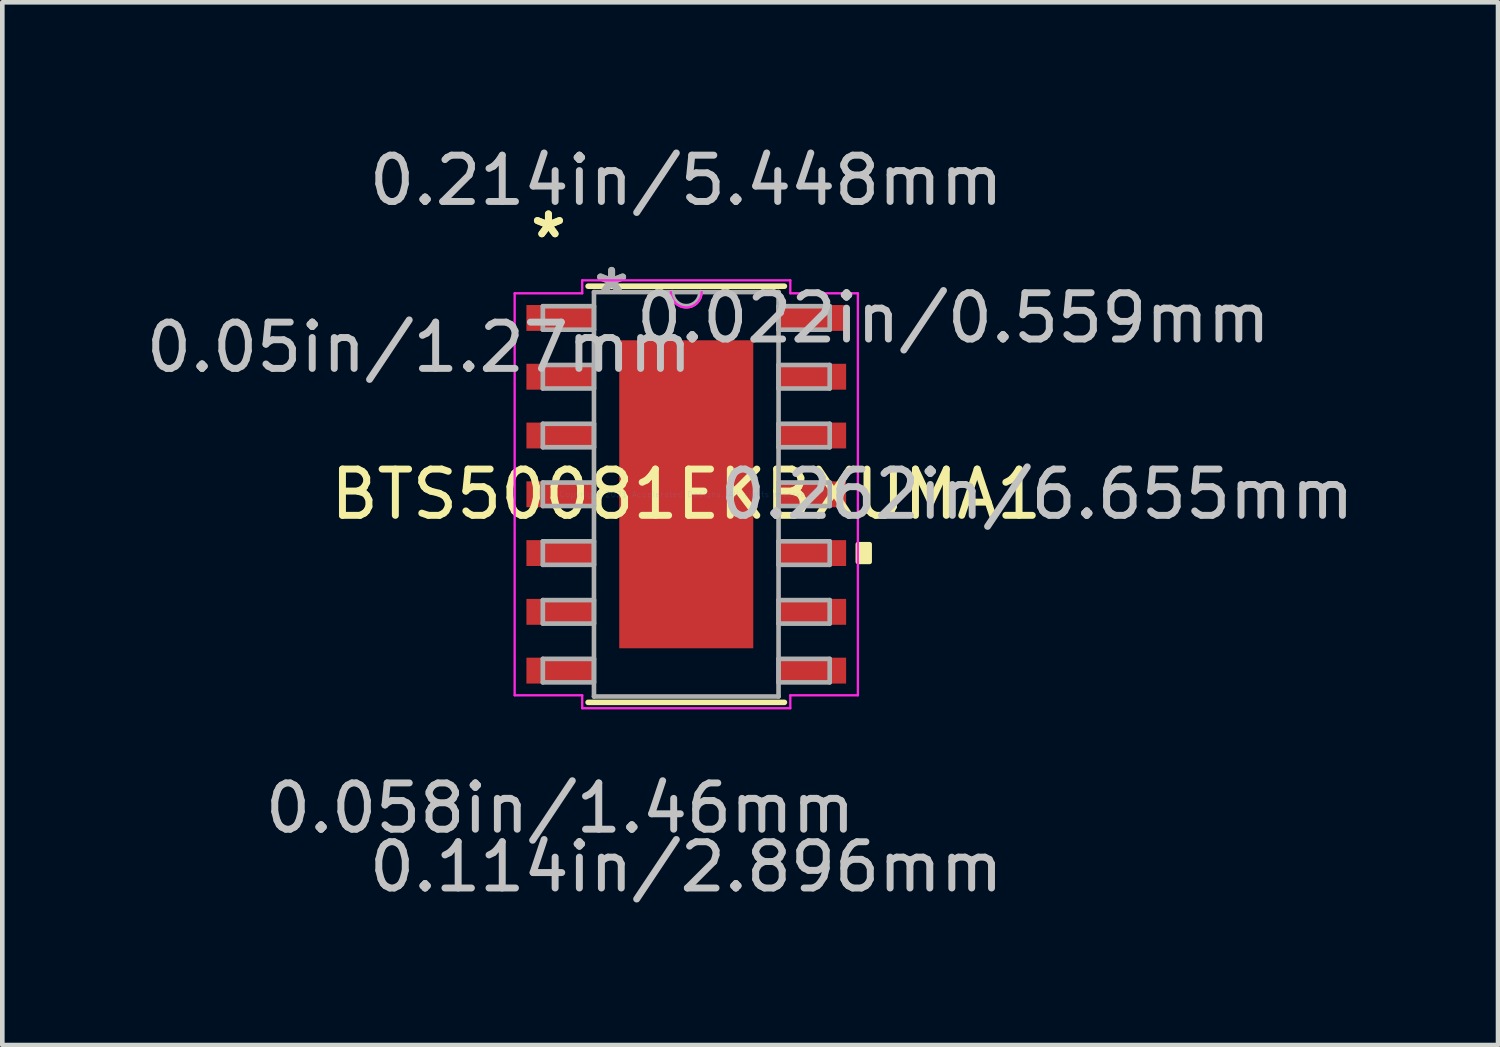
<source format=kicad_pcb>
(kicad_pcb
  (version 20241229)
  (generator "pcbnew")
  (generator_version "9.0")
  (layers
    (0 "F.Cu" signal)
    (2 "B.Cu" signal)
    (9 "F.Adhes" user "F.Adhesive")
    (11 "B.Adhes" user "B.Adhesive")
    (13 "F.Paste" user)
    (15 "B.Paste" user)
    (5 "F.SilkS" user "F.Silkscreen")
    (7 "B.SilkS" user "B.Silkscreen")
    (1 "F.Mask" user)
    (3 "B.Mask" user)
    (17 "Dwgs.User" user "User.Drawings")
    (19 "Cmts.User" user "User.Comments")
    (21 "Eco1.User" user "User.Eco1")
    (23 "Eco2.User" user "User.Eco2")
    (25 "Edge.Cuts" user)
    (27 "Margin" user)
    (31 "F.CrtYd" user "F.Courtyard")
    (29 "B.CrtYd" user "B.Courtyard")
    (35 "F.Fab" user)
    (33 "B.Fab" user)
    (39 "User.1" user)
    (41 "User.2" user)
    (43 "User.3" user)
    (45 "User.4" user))
  (footprint "BTS50081EKBXUMA1"
    (layer "F.Cu")
    (at 11.778 7.63)
    (property "Reference" "BTS50081EKBXUMA1" (at 0 0 0) (layer "F.SilkS") (effects (font (size 1 1) (thickness 0.15))))
    (attr through_hole)
    (fp_line (start -2.121 4.496) (end 2.121 4.496) (stroke (width 0.12) (type solid)) (layer "F.SilkS"))
    (fp_line (start 2.121 -4.496) (end -2.121 -4.496) (stroke (width 0.12) (type solid)) (layer "F.SilkS"))
    (fp_poly (pts (xy 3.962 1.079) (xy 3.962 1.46) (xy 3.708 1.46) (xy 3.708 1.079)) (stroke (width 0.1) (type solid)) (fill yes) (layer "F.SilkS"))
    (fp_poly (pts (xy -1.348 -3.227) (xy -1.348 -2.096) (xy -0.1 -2.096) (xy -0.1 -3.227)) (stroke (width 0.1) (type solid)) (fill yes) (layer "F.Paste"))
    (fp_poly (pts (xy -1.348 -1.896) (xy -1.348 -0.765) (xy -0.1 -0.765) (xy -0.1 -1.896)) (stroke (width 0.1) (type solid)) (fill yes) (layer "F.Paste"))
    (fp_poly (pts (xy -1.348 -0.565) (xy -1.348 0.565) (xy -0.1 0.565) (xy -0.1 -0.565)) (stroke (width 0.1) (type solid)) (fill yes) (layer "F.Paste"))
    (fp_poly (pts (xy -1.348 0.765) (xy -1.348 1.896) (xy -0.1 1.896) (xy -0.1 0.765)) (stroke (width 0.1) (type solid)) (fill yes) (layer "F.Paste"))
    (fp_poly (pts (xy -1.348 2.096) (xy -1.348 3.227) (xy -0.1 3.227) (xy -0.1 2.096)) (stroke (width 0.1) (type solid)) (fill yes) (layer "F.Paste"))
    (fp_poly (pts (xy 0.1 -3.227) (xy 0.1 -2.096) (xy 1.348 -2.096) (xy 1.348 -3.227)) (stroke (width 0.1) (type solid)) (fill yes) (layer "F.Paste"))
    (fp_poly (pts (xy 0.1 -1.896) (xy 0.1 -0.765) (xy 1.348 -0.765) (xy 1.348 -1.896)) (stroke (width 0.1) (type solid)) (fill yes) (layer "F.Paste"))
    (fp_poly (pts (xy 0.1 -0.565) (xy 0.1 0.565) (xy 1.348 0.565) (xy 1.348 -0.565)) (stroke (width 0.1) (type solid)) (fill yes) (layer "F.Paste"))
    (fp_poly (pts (xy 0.1 0.765) (xy 0.1 1.896) (xy 1.348 1.896) (xy 1.348 0.765)) (stroke (width 0.1) (type solid)) (fill yes) (layer "F.Paste"))
    (fp_poly (pts (xy 0.1 2.096) (xy 0.1 3.227) (xy 1.348 3.227) (xy 1.348 2.096)) (stroke (width 0.1) (type solid)) (fill yes) (layer "F.Paste"))
    (fp_line (start -3.708 -4.343) (end -2.248 -4.343) (stroke (width 0.05) (type solid)) (layer "F.CrtYd"))
    (fp_line (start -3.708 4.343) (end -3.708 -4.343) (stroke (width 0.05) (type solid)) (layer "F.CrtYd"))
    (fp_line (start -2.248 -4.623) (end 2.248 -4.623) (stroke (width 0.05) (type solid)) (layer "F.CrtYd"))
    (fp_line (start -2.248 -4.343) (end -2.248 -4.623) (stroke (width 0.05) (type solid)) (layer "F.CrtYd"))
    (fp_line (start -2.248 4.343) (end -3.708 4.343) (stroke (width 0.05) (type solid)) (layer "F.CrtYd"))
    (fp_line (start -2.248 4.623) (end -2.248 4.343) (stroke (width 0.05) (type solid)) (layer "F.CrtYd"))
    (fp_line (start 2.248 -4.623) (end 2.248 -4.343) (stroke (width 0.05) (type solid)) (layer "F.CrtYd"))
    (fp_line (start 2.248 -4.343) (end 3.708 -4.343) (stroke (width 0.05) (type solid)) (layer "F.CrtYd"))
    (fp_line (start 2.248 4.343) (end 2.248 4.623) (stroke (width 0.05) (type solid)) (layer "F.CrtYd"))
    (fp_line (start 2.248 4.623) (end -2.248 4.623) (stroke (width 0.05) (type solid)) (layer "F.CrtYd"))
    (fp_line (start 3.708 -4.343) (end 3.708 4.343) (stroke (width 0.05) (type solid)) (layer "F.CrtYd"))
    (fp_line (start 3.708 4.343) (end 2.248 4.343) (stroke (width 0.05) (type solid)) (layer "F.CrtYd"))
    (fp_arc (start 0.332317 -4.3688) (mid 0 -4.036483) (end -0.332317 -4.3688) (stroke (width 0.05) (type solid)) (layer "F.CrtYd"))
    (fp_line (start -3.099 -4.064) (end -3.099 -3.556) (stroke (width 0.1) (type solid)) (layer "F.Fab"))
    (fp_line (start -3.099 -3.556) (end -1.994 -3.556) (stroke (width 0.1) (type solid)) (layer "F.Fab"))
    (fp_line (start -3.099 -2.794) (end -3.099 -2.286) (stroke (width 0.1) (type solid)) (layer "F.Fab"))
    (fp_line (start -3.099 -2.286) (end -1.994 -2.286) (stroke (width 0.1) (type solid)) (layer "F.Fab"))
    (fp_line (start -3.099 -1.524) (end -3.099 -1.016) (stroke (width 0.1) (type solid)) (layer "F.Fab"))
    (fp_line (start -3.099 -1.016) (end -1.994 -1.016) (stroke (width 0.1) (type solid)) (layer "F.Fab"))
    (fp_line (start -3.099 -0.254) (end -3.099 0.254) (stroke (width 0.1) (type solid)) (layer "F.Fab"))
    (fp_line (start -3.099 0.254) (end -1.994 0.254) (stroke (width 0.1) (type solid)) (layer "F.Fab"))
    (fp_line (start -3.099 1.016) (end -3.099 1.524) (stroke (width 0.1) (type solid)) (layer "F.Fab"))
    (fp_line (start -3.099 1.524) (end -1.994 1.524) (stroke (width 0.1) (type solid)) (layer "F.Fab"))
    (fp_line (start -3.099 2.286) (end -3.099 2.794) (stroke (width 0.1) (type solid)) (layer "F.Fab"))
    (fp_line (start -3.099 2.794) (end -1.994 2.794) (stroke (width 0.1) (type solid)) (layer "F.Fab"))
    (fp_line (start -3.099 3.556) (end -3.099 4.064) (stroke (width 0.1) (type solid)) (layer "F.Fab"))
    (fp_line (start -3.099 4.064) (end -1.994 4.064) (stroke (width 0.1) (type solid)) (layer "F.Fab"))
    (fp_line (start -1.994 -4.369) (end -1.994 4.369) (stroke (width 0.1) (type solid)) (layer "F.Fab"))
    (fp_line (start -1.994 -4.064) (end -3.099 -4.064) (stroke (width 0.1) (type solid)) (layer "F.Fab"))
    (fp_line (start -1.994 -3.556) (end -1.994 -4.064) (stroke (width 0.1) (type solid)) (layer "F.Fab"))
    (fp_line (start -1.994 -2.794) (end -3.099 -2.794) (stroke (width 0.1) (type solid)) (layer "F.Fab"))
    (fp_line (start -1.994 -2.286) (end -1.994 -2.794) (stroke (width 0.1) (type solid)) (layer "F.Fab"))
    (fp_line (start -1.994 -1.524) (end -3.099 -1.524) (stroke (width 0.1) (type solid)) (layer "F.Fab"))
    (fp_line (start -1.994 -1.016) (end -1.994 -1.524) (stroke (width 0.1) (type solid)) (layer "F.Fab"))
    (fp_line (start -1.994 -0.254) (end -3.099 -0.254) (stroke (width 0.1) (type solid)) (layer "F.Fab"))
    (fp_line (start -1.994 0.254) (end -1.994 -0.254) (stroke (width 0.1) (type solid)) (layer "F.Fab"))
    (fp_line (start -1.994 1.016) (end -3.099 1.016) (stroke (width 0.1) (type solid)) (layer "F.Fab"))
    (fp_line (start -1.994 1.524) (end -1.994 1.016) (stroke (width 0.1) (type solid)) (layer "F.Fab"))
    (fp_line (start -1.994 2.286) (end -3.099 2.286) (stroke (width 0.1) (type solid)) (layer "F.Fab"))
    (fp_line (start -1.994 2.794) (end -1.994 2.286) (stroke (width 0.1) (type solid)) (layer "F.Fab"))
    (fp_line (start -1.994 3.556) (end -3.099 3.556) (stroke (width 0.1) (type solid)) (layer "F.Fab"))
    (fp_line (start -1.994 4.064) (end -1.994 3.556) (stroke (width 0.1) (type solid)) (layer "F.Fab"))
    (fp_line (start -1.994 4.369) (end 1.994 4.369) (stroke (width 0.1) (type solid)) (layer "F.Fab"))
    (fp_line (start 1.994 -4.369) (end -1.994 -4.369) (stroke (width 0.1) (type solid)) (layer "F.Fab"))
    (fp_line (start 1.994 -4.064) (end 1.994 -3.556) (stroke (width 0.1) (type solid)) (layer "F.Fab"))
    (fp_line (start 1.994 -3.556) (end 3.099 -3.556) (stroke (width 0.1) (type solid)) (layer "F.Fab"))
    (fp_line (start 1.994 -2.794) (end 1.994 -2.286) (stroke (width 0.1) (type solid)) (layer "F.Fab"))
    (fp_line (start 1.994 -2.286) (end 3.099 -2.286) (stroke (width 0.1) (type solid)) (layer "F.Fab"))
    (fp_line (start 1.994 -1.524) (end 1.994 -1.016) (stroke (width 0.1) (type solid)) (layer "F.Fab"))
    (fp_line (start 1.994 -1.016) (end 3.099 -1.016) (stroke (width 0.1) (type solid)) (layer "F.Fab"))
    (fp_line (start 1.994 -0.254) (end 1.994 0.254) (stroke (width 0.1) (type solid)) (layer "F.Fab"))
    (fp_line (start 1.994 0.254) (end 3.099 0.254) (stroke (width 0.1) (type solid)) (layer "F.Fab"))
    (fp_line (start 1.994 1.016) (end 1.994 1.524) (stroke (width 0.1) (type solid)) (layer "F.Fab"))
    (fp_line (start 1.994 1.524) (end 3.099 1.524) (stroke (width 0.1) (type solid)) (layer "F.Fab"))
    (fp_line (start 1.994 2.286) (end 1.994 2.794) (stroke (width 0.1) (type solid)) (layer "F.Fab"))
    (fp_line (start 1.994 2.794) (end 3.099 2.794) (stroke (width 0.1) (type solid)) (layer "F.Fab"))
    (fp_line (start 1.994 3.556) (end 1.994 4.064) (stroke (width 0.1) (type solid)) (layer "F.Fab"))
    (fp_line (start 1.994 4.064) (end 3.099 4.064) (stroke (width 0.1) (type solid)) (layer "F.Fab"))
    (fp_line (start 1.994 4.369) (end 1.994 -4.369) (stroke (width 0.1) (type solid)) (layer "F.Fab"))
    (fp_line (start 3.099 -4.064) (end 1.994 -4.064) (stroke (width 0.1) (type solid)) (layer "F.Fab"))
    (fp_line (start 3.099 -3.556) (end 3.099 -4.064) (stroke (width 0.1) (type solid)) (layer "F.Fab"))
    (fp_line (start 3.099 -2.794) (end 1.994 -2.794) (stroke (width 0.1) (type solid)) (layer "F.Fab"))
    (fp_line (start 3.099 -2.286) (end 3.099 -2.794) (stroke (width 0.1) (type solid)) (layer "F.Fab"))
    (fp_line (start 3.099 -1.524) (end 1.994 -1.524) (stroke (width 0.1) (type solid)) (layer "F.Fab"))
    (fp_line (start 3.099 -1.016) (end 3.099 -1.524) (stroke (width 0.1) (type solid)) (layer "F.Fab"))
    (fp_line (start 3.099 -0.254) (end 1.994 -0.254) (stroke (width 0.1) (type solid)) (layer "F.Fab"))
    (fp_line (start 3.099 0.254) (end 3.099 -0.254) (stroke (width 0.1) (type solid)) (layer "F.Fab"))
    (fp_line (start 3.099 1.016) (end 1.994 1.016) (stroke (width 0.1) (type solid)) (layer "F.Fab"))
    (fp_line (start 3.099 1.524) (end 3.099 1.016) (stroke (width 0.1) (type solid)) (layer "F.Fab"))
    (fp_line (start 3.099 2.286) (end 1.994 2.286) (stroke (width 0.1) (type solid)) (layer "F.Fab"))
    (fp_line (start 3.099 2.794) (end 3.099 2.286) (stroke (width 0.1) (type solid)) (layer "F.Fab"))
    (fp_line (start 3.099 3.556) (end 1.994 3.556) (stroke (width 0.1) (type solid)) (layer "F.Fab"))
    (fp_line (start 3.099 4.064) (end 3.099 3.556) (stroke (width 0.1) (type solid)) (layer "F.Fab"))
    (fp_arc (start 0.3048 -4.3688) (mid 0 -4.064) (end -0.3048 -4.3688) (stroke (width 0.1) (type solid)) (layer "F.Fab"))
    (fp_text user "*" (at -2.978 -5.512 0) (layer "F.SilkS") (effects (font (size 1 1) (thickness 0.15))))
    (fp_text user "*" (at -2.978 -5.512 0) (layer "F.SilkS") (effects (font (size 1 1) (thickness 0.15))))
    (fp_text user "0.262in/6.655mm" (at 7.582 0 0) (layer "Dwgs.User") (effects (font (size 1 1) (thickness 0.15))))
    (fp_text user "0.05in/1.27mm" (at -5.772 -3.175 0) (layer "Dwgs.User") (effects (font (size 1 1) (thickness 0.15))))
    (fp_text user "0.022in/0.559mm" (at 5.772 -3.81 0) (layer "Dwgs.User") (effects (font (size 1 1) (thickness 0.15))))
    (fp_text user "0.058in/1.46mm" (at -2.724 6.782 0) (layer "Dwgs.User") (effects (font (size 1 1) (thickness 0.15))))
    (fp_text user "0.214in/5.448mm" (at 0 -6.782 0) (layer "Dwgs.User") (effects (font (size 1 1) (thickness 0.15))))
    (fp_text user "0.114in/2.896mm" (at 0 8.052 0) (layer "Dwgs.User") (effects (font (size 1 1) (thickness 0.15))))
    (fp_text user "Copyright 2021 Accelerated Designs. All rights reserved." (at 0 0 0) (layer "Cmts.User") (effects (font (size 0.127 0.127) (thickness 0.002))))
    (fp_text user "*" (at -1.613 -4.293 0) (layer "F.Fab") (effects (font (size 1 1) (thickness 0.15))))
    (fp_text user "*" (at -1.613 -4.293 0) (layer "F.Fab") (effects (font (size 1 1) (thickness 0.15))))
    (pad "1" smd rect (at -2.724 -3.81) (size 1.46 0.559) (layers "F.Cu" "F.Mask" "F.Paste"))
    (pad "2" smd rect (at -2.724 -2.54) (size 1.46 0.559) (layers "F.Cu" "F.Mask" "F.Paste"))
    (pad "3" smd rect (at -2.724 -1.27) (size 1.46 0.559) (layers "F.Cu" "F.Mask" "F.Paste"))
    (pad "4" smd rect (at -2.724 0) (size 1.46 0.559) (layers "F.Cu" "F.Mask" "F.Paste"))
    (pad "5" smd rect (at -2.724 1.27) (size 1.46 0.559) (layers "F.Cu" "F.Mask" "F.Paste"))
    (pad "6" smd rect (at -2.724 2.54) (size 1.46 0.559) (layers "F.Cu" "F.Mask" "F.Paste"))
    (pad "7" smd rect (at -2.724 3.81) (size 1.46 0.559) (layers "F.Cu" "F.Mask" "F.Paste"))
    (pad "8" smd rect (at 2.724 3.81) (size 1.46 0.559) (layers "F.Cu" "F.Mask" "F.Paste"))
    (pad "9" smd rect (at 2.724 2.54) (size 1.46 0.559) (layers "F.Cu" "F.Mask" "F.Paste"))
    (pad "10" smd rect (at 2.724 1.27) (size 1.46 0.559) (layers "F.Cu" "F.Mask" "F.Paste"))
    (pad "11" smd rect (at 2.724 0) (size 1.46 0.559) (layers "F.Cu" "F.Mask" "F.Paste"))
    (pad "12" smd rect (at 2.724 -1.27) (size 1.46 0.559) (layers "F.Cu" "F.Mask" "F.Paste"))
    (pad "13" smd rect (at 2.724 -2.54) (size 1.46 0.559) (layers "F.Cu" "F.Mask" "F.Paste"))
    (pad "14" smd rect (at 2.724 -3.81) (size 1.46 0.559) (layers "F.Cu" "F.Mask" "F.Paste"))
    (pad "EPAD" smd rect (at 0 0) (size 2.896 6.655) (layers "F.Cu" "F.Mask")))
  (gr_rect
    (start -3 -3)
    (end 29.318 19.53)
    (stroke (width 0.1) (type default))
    (fill no)
    (layer "Edge.Cuts")))
</source>
